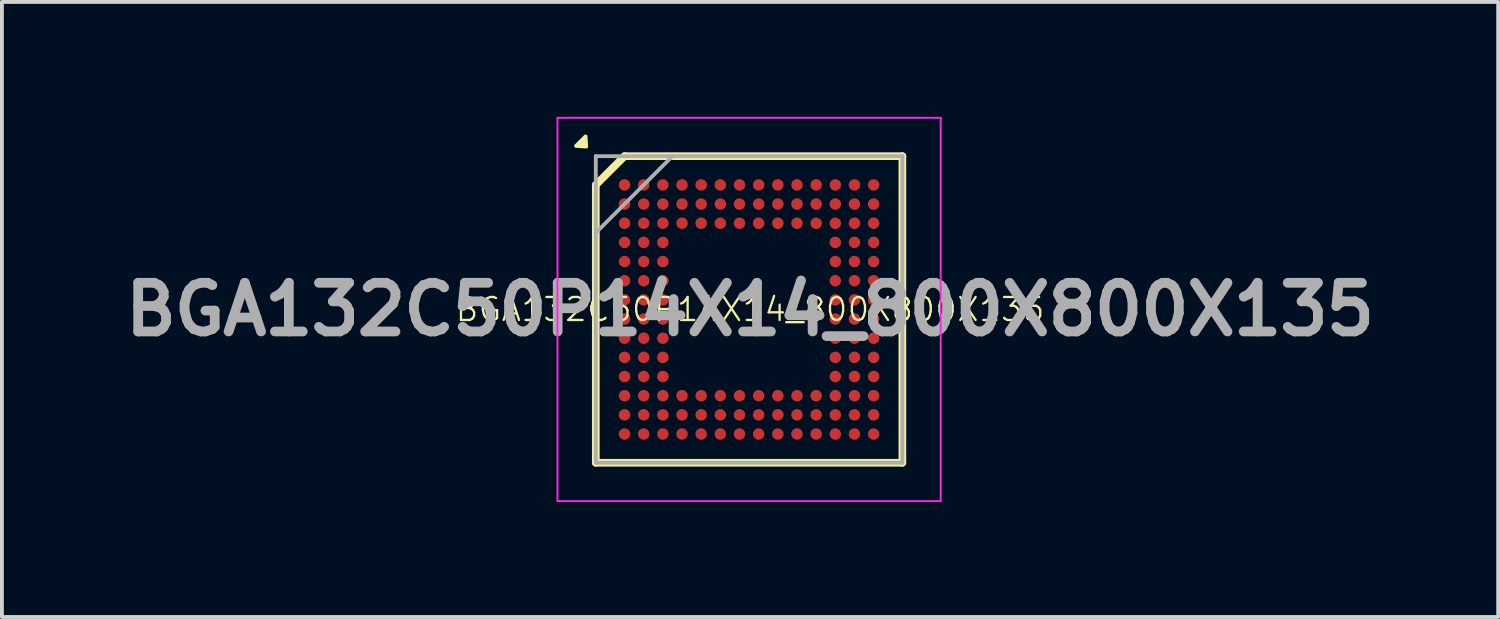
<source format=kicad_pcb>
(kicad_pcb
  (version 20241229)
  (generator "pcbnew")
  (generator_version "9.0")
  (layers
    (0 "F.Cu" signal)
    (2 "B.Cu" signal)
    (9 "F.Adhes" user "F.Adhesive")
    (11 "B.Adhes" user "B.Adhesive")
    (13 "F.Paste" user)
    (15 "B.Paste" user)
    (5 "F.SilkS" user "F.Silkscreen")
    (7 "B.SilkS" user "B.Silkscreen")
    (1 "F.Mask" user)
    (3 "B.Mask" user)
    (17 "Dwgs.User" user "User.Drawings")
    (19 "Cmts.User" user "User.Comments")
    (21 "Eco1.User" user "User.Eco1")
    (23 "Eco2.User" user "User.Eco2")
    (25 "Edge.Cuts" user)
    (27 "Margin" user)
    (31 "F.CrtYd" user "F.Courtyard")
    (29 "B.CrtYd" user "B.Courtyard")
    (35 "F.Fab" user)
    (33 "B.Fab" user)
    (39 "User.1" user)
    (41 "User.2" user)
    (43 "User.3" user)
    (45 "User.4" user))
  (footprint "BGA132C50P14X14_800X800X135"
    (layer "F.Cu")
    (at 16.522 5.025)
    (property "Reference" "BGA132C50P14X14_800X800X135" (at 0 0 0) (layer "F.SilkS") (effects (font (size 0.6 0.6) (thickness 0.06))))
    (attr smd)
    (fp_line (start -4.025 -3.25) (end -3.275 -4) (stroke (width 0.2) (type solid)) (layer "F.SilkS"))
    (fp_line (start -4.025 4) (end -4.025 -3.25) (stroke (width 0.2) (type solid)) (layer "F.SilkS"))
    (fp_line (start -3.275 -4) (end 3.975 -4) (stroke (width 0.2) (type solid)) (layer "F.SilkS"))
    (fp_line (start 3.975 -4) (end 3.975 4) (stroke (width 0.2) (type solid)) (layer "F.SilkS"))
    (fp_line (start 3.975 4) (end -4.025 4) (stroke (width 0.2) (type solid)) (layer "F.SilkS"))
    (fp_poly (pts (xy -4.275 -4.25) (xy -4.293 -4.515) (xy -4.54 -4.268)) (stroke (width 0.1) (type solid)) (fill yes) (layer "F.SilkS"))
    (fp_line (start -5.025 -5) (end 4.975 -5) (stroke (width 0.05) (type solid)) (layer "F.CrtYd"))
    (fp_line (start -5.025 5) (end -5.025 -5) (stroke (width 0.05) (type solid)) (layer "F.CrtYd"))
    (fp_line (start 4.975 -5) (end 4.975 5) (stroke (width 0.05) (type solid)) (layer "F.CrtYd"))
    (fp_line (start 4.975 5) (end -5.025 5) (stroke (width 0.05) (type solid)) (layer "F.CrtYd"))
    (fp_line (start -4.025 -4) (end 3.975 -4) (stroke (width 0.1) (type solid)) (layer "F.Fab"))
    (fp_line (start -4.025 -2) (end -2.025 -4) (stroke (width 0.1) (type solid)) (layer "F.Fab"))
    (fp_line (start -4.025 4) (end -4.025 -4) (stroke (width 0.1) (type solid)) (layer "F.Fab"))
    (fp_line (start 3.975 -4) (end 3.975 4) (stroke (width 0.1) (type solid)) (layer "F.Fab"))
    (fp_line (start 3.975 4) (end -4.025 4) (stroke (width 0.1) (type solid)) (layer "F.Fab"))
    (fp_text user "${REFERENCE}" (at 0 0 0) (layer "F.Fab") (effects (font (size 1.27 1.27) (thickness 0.254))))
    (pad "A1" smd circle (at -3.275 -3.25 90) (size 0.3 0.3) (layers "F.Cu" "F.Mask" "F.Paste"))
    (pad "A2" smd circle (at -2.775 -3.25 90) (size 0.3 0.3) (layers "F.Cu" "F.Mask" "F.Paste"))
    (pad "A3" smd circle (at -2.275 -3.25 90) (size 0.3 0.3) (layers "F.Cu" "F.Mask" "F.Paste"))
    (pad "A4" smd circle (at -1.775 -3.25 90) (size 0.3 0.3) (layers "F.Cu" "F.Mask" "F.Paste"))
    (pad "A5" smd circle (at -1.275 -3.25 90) (size 0.3 0.3) (layers "F.Cu" "F.Mask" "F.Paste"))
    (pad "A6" smd circle (at -0.775 -3.25 90) (size 0.3 0.3) (layers "F.Cu" "F.Mask" "F.Paste"))
    (pad "A7" smd circle (at -0.275 -3.25 90) (size 0.3 0.3) (layers "F.Cu" "F.Mask" "F.Paste"))
    (pad "A8" smd circle (at 0.225 -3.25 90) (size 0.3 0.3) (layers "F.Cu" "F.Mask" "F.Paste"))
    (pad "A9" smd circle (at 0.725 -3.25 90) (size 0.3 0.3) (layers "F.Cu" "F.Mask" "F.Paste"))
    (pad "A10" smd circle (at 1.225 -3.25 90) (size 0.3 0.3) (layers "F.Cu" "F.Mask" "F.Paste"))
    (pad "A11" smd circle (at 1.725 -3.25 90) (size 0.3 0.3) (layers "F.Cu" "F.Mask" "F.Paste"))
    (pad "A12" smd circle (at 2.225 -3.25 90) (size 0.3 0.3) (layers "F.Cu" "F.Mask" "F.Paste"))
    (pad "A13" smd circle (at 2.725 -3.25 90) (size 0.3 0.3) (layers "F.Cu" "F.Mask" "F.Paste"))
    (pad "A14" smd circle (at 3.225 -3.25 90) (size 0.3 0.3) (layers "F.Cu" "F.Mask" "F.Paste"))
    (pad "B1" smd circle (at -3.275 -2.75 90) (size 0.3 0.3) (layers "F.Cu" "F.Mask" "F.Paste"))
    (pad "B2" smd circle (at -2.775 -2.75 90) (size 0.3 0.3) (layers "F.Cu" "F.Mask" "F.Paste"))
    (pad "B3" smd circle (at -2.275 -2.75 90) (size 0.3 0.3) (layers "F.Cu" "F.Mask" "F.Paste"))
    (pad "B4" smd circle (at -1.775 -2.75 90) (size 0.3 0.3) (layers "F.Cu" "F.Mask" "F.Paste"))
    (pad "B5" smd circle (at -1.275 -2.75 90) (size 0.3 0.3) (layers "F.Cu" "F.Mask" "F.Paste"))
    (pad "B6" smd circle (at -0.775 -2.75 90) (size 0.3 0.3) (layers "F.Cu" "F.Mask" "F.Paste"))
    (pad "B7" smd circle (at -0.275 -2.75 90) (size 0.3 0.3) (layers "F.Cu" "F.Mask" "F.Paste"))
    (pad "B8" smd circle (at 0.225 -2.75 90) (size 0.3 0.3) (layers "F.Cu" "F.Mask" "F.Paste"))
    (pad "B9" smd circle (at 0.725 -2.75 90) (size 0.3 0.3) (layers "F.Cu" "F.Mask" "F.Paste"))
    (pad "B10" smd circle (at 1.225 -2.75 90) (size 0.3 0.3) (layers "F.Cu" "F.Mask" "F.Paste"))
    (pad "B11" smd circle (at 1.725 -2.75 90) (size 0.3 0.3) (layers "F.Cu" "F.Mask" "F.Paste"))
    (pad "B12" smd circle (at 2.225 -2.75 90) (size 0.3 0.3) (layers "F.Cu" "F.Mask" "F.Paste"))
    (pad "B13" smd circle (at 2.725 -2.75 90) (size 0.3 0.3) (layers "F.Cu" "F.Mask" "F.Paste"))
    (pad "B14" smd circle (at 3.225 -2.75 90) (size 0.3 0.3) (layers "F.Cu" "F.Mask" "F.Paste"))
    (pad "C1" smd circle (at -3.275 -2.25 90) (size 0.3 0.3) (layers "F.Cu" "F.Mask" "F.Paste"))
    (pad "C2" smd circle (at -2.775 -2.25 90) (size 0.3 0.3) (layers "F.Cu" "F.Mask" "F.Paste"))
    (pad "C3" smd circle (at -2.275 -2.25 90) (size 0.3 0.3) (layers "F.Cu" "F.Mask" "F.Paste"))
    (pad "C4" smd circle (at -1.775 -2.25 90) (size 0.3 0.3) (layers "F.Cu" "F.Mask" "F.Paste"))
    (pad "C5" smd circle (at -1.275 -2.25 90) (size 0.3 0.3) (layers "F.Cu" "F.Mask" "F.Paste"))
    (pad "C6" smd circle (at -0.775 -2.25 90) (size 0.3 0.3) (layers "F.Cu" "F.Mask" "F.Paste"))
    (pad "C7" smd circle (at -0.275 -2.25 90) (size 0.3 0.3) (layers "F.Cu" "F.Mask" "F.Paste"))
    (pad "C8" smd circle (at 0.225 -2.25 90) (size 0.3 0.3) (layers "F.Cu" "F.Mask" "F.Paste"))
    (pad "C9" smd circle (at 0.725 -2.25 90) (size 0.3 0.3) (layers "F.Cu" "F.Mask" "F.Paste"))
    (pad "C10" smd circle (at 1.225 -2.25 90) (size 0.3 0.3) (layers "F.Cu" "F.Mask" "F.Paste"))
    (pad "C11" smd circle (at 1.725 -2.25 90) (size 0.3 0.3) (layers "F.Cu" "F.Mask" "F.Paste"))
    (pad "C12" smd circle (at 2.225 -2.25 90) (size 0.3 0.3) (layers "F.Cu" "F.Mask" "F.Paste"))
    (pad "C13" smd circle (at 2.725 -2.25 90) (size 0.3 0.3) (layers "F.Cu" "F.Mask" "F.Paste"))
    (pad "C14" smd circle (at 3.225 -2.25 90) (size 0.3 0.3) (layers "F.Cu" "F.Mask" "F.Paste"))
    (pad "D1" smd circle (at -3.275 -1.75 90) (size 0.3 0.3) (layers "F.Cu" "F.Mask" "F.Paste"))
    (pad "D2" smd circle (at -2.775 -1.75 90) (size 0.3 0.3) (layers "F.Cu" "F.Mask" "F.Paste"))
    (pad "D3" smd circle (at -2.275 -1.75 90) (size 0.3 0.3) (layers "F.Cu" "F.Mask" "F.Paste"))
    (pad "D12" smd circle (at 2.225 -1.75 90) (size 0.3 0.3) (layers "F.Cu" "F.Mask" "F.Paste"))
    (pad "D13" smd circle (at 2.725 -1.75 90) (size 0.3 0.3) (layers "F.Cu" "F.Mask" "F.Paste"))
    (pad "D14" smd circle (at 3.225 -1.75 90) (size 0.3 0.3) (layers "F.Cu" "F.Mask" "F.Paste"))
    (pad "E1" smd circle (at -3.275 -1.25 90) (size 0.3 0.3) (layers "F.Cu" "F.Mask" "F.Paste"))
    (pad "E2" smd circle (at -2.775 -1.25 90) (size 0.3 0.3) (layers "F.Cu" "F.Mask" "F.Paste"))
    (pad "E3" smd circle (at -2.275 -1.25 90) (size 0.3 0.3) (layers "F.Cu" "F.Mask" "F.Paste"))
    (pad "E12" smd circle (at 2.225 -1.25 90) (size 0.3 0.3) (layers "F.Cu" "F.Mask" "F.Paste"))
    (pad "E13" smd circle (at 2.725 -1.25 90) (size 0.3 0.3) (layers "F.Cu" "F.Mask" "F.Paste"))
    (pad "E14" smd circle (at 3.225 -1.25 90) (size 0.3 0.3) (layers "F.Cu" "F.Mask" "F.Paste"))
    (pad "F1" smd circle (at -3.275 -0.75 90) (size 0.3 0.3) (layers "F.Cu" "F.Mask" "F.Paste"))
    (pad "F2" smd circle (at -2.775 -0.75 90) (size 0.3 0.3) (layers "F.Cu" "F.Mask" "F.Paste"))
    (pad "F3" smd circle (at -2.275 -0.75 90) (size 0.3 0.3) (layers "F.Cu" "F.Mask" "F.Paste"))
    (pad "F12" smd circle (at 2.225 -0.75 90) (size 0.3 0.3) (layers "F.Cu" "F.Mask" "F.Paste"))
    (pad "F13" smd circle (at 2.725 -0.75 90) (size 0.3 0.3) (layers "F.Cu" "F.Mask" "F.Paste"))
    (pad "F14" smd circle (at 3.225 -0.75 90) (size 0.3 0.3) (layers "F.Cu" "F.Mask" "F.Paste"))
    (pad "G1" smd circle (at -3.275 -0.25 90) (size 0.3 0.3) (layers "F.Cu" "F.Mask" "F.Paste"))
    (pad "G2" smd circle (at -2.775 -0.25 90) (size 0.3 0.3) (layers "F.Cu" "F.Mask" "F.Paste"))
    (pad "G3" smd circle (at -2.275 -0.25 90) (size 0.3 0.3) (layers "F.Cu" "F.Mask" "F.Paste"))
    (pad "G12" smd circle (at 2.225 -0.25 90) (size 0.3 0.3) (layers "F.Cu" "F.Mask" "F.Paste"))
    (pad "G13" smd circle (at 2.725 -0.25 90) (size 0.3 0.3) (layers "F.Cu" "F.Mask" "F.Paste"))
    (pad "G14" smd circle (at 3.225 -0.25 90) (size 0.3 0.3) (layers "F.Cu" "F.Mask" "F.Paste"))
    (pad "H1" smd circle (at -3.275 0.25 90) (size 0.3 0.3) (layers "F.Cu" "F.Mask" "F.Paste"))
    (pad "H2" smd circle (at -2.775 0.25 90) (size 0.3 0.3) (layers "F.Cu" "F.Mask" "F.Paste"))
    (pad "H3" smd circle (at -2.275 0.25 90) (size 0.3 0.3) (layers "F.Cu" "F.Mask" "F.Paste"))
    (pad "H12" smd circle (at 2.225 0.25 90) (size 0.3 0.3) (layers "F.Cu" "F.Mask" "F.Paste"))
    (pad "H13" smd circle (at 2.725 0.25 90) (size 0.3 0.3) (layers "F.Cu" "F.Mask" "F.Paste"))
    (pad "H14" smd circle (at 3.225 0.25 90) (size 0.3 0.3) (layers "F.Cu" "F.Mask" "F.Paste"))
    (pad "J1" smd circle (at -3.275 0.75 90) (size 0.3 0.3) (layers "F.Cu" "F.Mask" "F.Paste"))
    (pad "J2" smd circle (at -2.775 0.75 90) (size 0.3 0.3) (layers "F.Cu" "F.Mask" "F.Paste"))
    (pad "J3" smd circle (at -2.275 0.75 90) (size 0.3 0.3) (layers "F.Cu" "F.Mask" "F.Paste"))
    (pad "J12" smd circle (at 2.225 0.75 90) (size 0.3 0.3) (layers "F.Cu" "F.Mask" "F.Paste"))
    (pad "J13" smd circle (at 2.725 0.75 90) (size 0.3 0.3) (layers "F.Cu" "F.Mask" "F.Paste"))
    (pad "J14" smd circle (at 3.225 0.75 90) (size 0.3 0.3) (layers "F.Cu" "F.Mask" "F.Paste"))
    (pad "K1" smd circle (at -3.275 1.25 90) (size 0.3 0.3) (layers "F.Cu" "F.Mask" "F.Paste"))
    (pad "K2" smd circle (at -2.775 1.25 90) (size 0.3 0.3) (layers "F.Cu" "F.Mask" "F.Paste"))
    (pad "K3" smd circle (at -2.275 1.25 90) (size 0.3 0.3) (layers "F.Cu" "F.Mask" "F.Paste"))
    (pad "K12" smd circle (at 2.225 1.25 90) (size 0.3 0.3) (layers "F.Cu" "F.Mask" "F.Paste"))
    (pad "K13" smd circle (at 2.725 1.25 90) (size 0.3 0.3) (layers "F.Cu" "F.Mask" "F.Paste"))
    (pad "K14" smd circle (at 3.225 1.25 90) (size 0.3 0.3) (layers "F.Cu" "F.Mask" "F.Paste"))
    (pad "L1" smd circle (at -3.275 1.75 90) (size 0.3 0.3) (layers "F.Cu" "F.Mask" "F.Paste"))
    (pad "L2" smd circle (at -2.775 1.75 90) (size 0.3 0.3) (layers "F.Cu" "F.Mask" "F.Paste"))
    (pad "L3" smd circle (at -2.275 1.75 90) (size 0.3 0.3) (layers "F.Cu" "F.Mask" "F.Paste"))
    (pad "L12" smd circle (at 2.225 1.75 90) (size 0.3 0.3) (layers "F.Cu" "F.Mask" "F.Paste"))
    (pad "L13" smd circle (at 2.725 1.75 90) (size 0.3 0.3) (layers "F.Cu" "F.Mask" "F.Paste"))
    (pad "L14" smd circle (at 3.225 1.75 90) (size 0.3 0.3) (layers "F.Cu" "F.Mask" "F.Paste"))
    (pad "M1" smd circle (at -3.275 2.25 90) (size 0.3 0.3) (layers "F.Cu" "F.Mask" "F.Paste"))
    (pad "M2" smd circle (at -2.775 2.25 90) (size 0.3 0.3) (layers "F.Cu" "F.Mask" "F.Paste"))
    (pad "M3" smd circle (at -2.275 2.25 90) (size 0.3 0.3) (layers "F.Cu" "F.Mask" "F.Paste"))
    (pad "M4" smd circle (at -1.775 2.25 90) (size 0.3 0.3) (layers "F.Cu" "F.Mask" "F.Paste"))
    (pad "M5" smd circle (at -1.275 2.25 90) (size 0.3 0.3) (layers "F.Cu" "F.Mask" "F.Paste"))
    (pad "M6" smd circle (at -0.775 2.25 90) (size 0.3 0.3) (layers "F.Cu" "F.Mask" "F.Paste"))
    (pad "M7" smd circle (at -0.275 2.25 90) (size 0.3 0.3) (layers "F.Cu" "F.Mask" "F.Paste"))
    (pad "M8" smd circle (at 0.225 2.25 90) (size 0.3 0.3) (layers "F.Cu" "F.Mask" "F.Paste"))
    (pad "M9" smd circle (at 0.725 2.25 90) (size 0.3 0.3) (layers "F.Cu" "F.Mask" "F.Paste"))
    (pad "M10" smd circle (at 1.225 2.25 90) (size 0.3 0.3) (layers "F.Cu" "F.Mask" "F.Paste"))
    (pad "M11" smd circle (at 1.725 2.25 90) (size 0.3 0.3) (layers "F.Cu" "F.Mask" "F.Paste"))
    (pad "M12" smd circle (at 2.225 2.25 90) (size 0.3 0.3) (layers "F.Cu" "F.Mask" "F.Paste"))
    (pad "M13" smd circle (at 2.725 2.25 90) (size 0.3 0.3) (layers "F.Cu" "F.Mask" "F.Paste"))
    (pad "M14" smd circle (at 3.225 2.25 90) (size 0.3 0.3) (layers "F.Cu" "F.Mask" "F.Paste"))
    (pad "N1" smd circle (at -3.275 2.75 90) (size 0.3 0.3) (layers "F.Cu" "F.Mask" "F.Paste"))
    (pad "N2" smd circle (at -2.775 2.75 90) (size 0.3 0.3) (layers "F.Cu" "F.Mask" "F.Paste"))
    (pad "N3" smd circle (at -2.275 2.75 90) (size 0.3 0.3) (layers "F.Cu" "F.Mask" "F.Paste"))
    (pad "N4" smd circle (at -1.775 2.75 90) (size 0.3 0.3) (layers "F.Cu" "F.Mask" "F.Paste"))
    (pad "N5" smd circle (at -1.275 2.75 90) (size 0.3 0.3) (layers "F.Cu" "F.Mask" "F.Paste"))
    (pad "N6" smd circle (at -0.775 2.75 90) (size 0.3 0.3) (layers "F.Cu" "F.Mask" "F.Paste"))
    (pad "N7" smd circle (at -0.275 2.75 90) (size 0.3 0.3) (layers "F.Cu" "F.Mask" "F.Paste"))
    (pad "N8" smd circle (at 0.225 2.75 90) (size 0.3 0.3) (layers "F.Cu" "F.Mask" "F.Paste"))
    (pad "N9" smd circle (at 0.725 2.75 90) (size 0.3 0.3) (layers "F.Cu" "F.Mask" "F.Paste"))
    (pad "N10" smd circle (at 1.225 2.75 90) (size 0.3 0.3) (layers "F.Cu" "F.Mask" "F.Paste"))
    (pad "N11" smd circle (at 1.725 2.75 90) (size 0.3 0.3) (layers "F.Cu" "F.Mask" "F.Paste"))
    (pad "N12" smd circle (at 2.225 2.75 90) (size 0.3 0.3) (layers "F.Cu" "F.Mask" "F.Paste"))
    (pad "N13" smd circle (at 2.725 2.75 90) (size 0.3 0.3) (layers "F.Cu" "F.Mask" "F.Paste"))
    (pad "N14" smd circle (at 3.225 2.75 90) (size 0.3 0.3) (layers "F.Cu" "F.Mask" "F.Paste"))
    (pad "P1" smd circle (at -3.275 3.25 90) (size 0.3 0.3) (layers "F.Cu" "F.Mask" "F.Paste"))
    (pad "P2" smd circle (at -2.775 3.25 90) (size 0.3 0.3) (layers "F.Cu" "F.Mask" "F.Paste"))
    (pad "P3" smd circle (at -2.275 3.25 90) (size 0.3 0.3) (layers "F.Cu" "F.Mask" "F.Paste"))
    (pad "P4" smd circle (at -1.775 3.25 90) (size 0.3 0.3) (layers "F.Cu" "F.Mask" "F.Paste"))
    (pad "P5" smd circle (at -1.275 3.25 90) (size 0.3 0.3) (layers "F.Cu" "F.Mask" "F.Paste"))
    (pad "P6" smd circle (at -0.775 3.25 90) (size 0.3 0.3) (layers "F.Cu" "F.Mask" "F.Paste"))
    (pad "P7" smd circle (at -0.275 3.25 90) (size 0.3 0.3) (layers "F.Cu" "F.Mask" "F.Paste"))
    (pad "P8" smd circle (at 0.225 3.25 90) (size 0.3 0.3) (layers "F.Cu" "F.Mask" "F.Paste"))
    (pad "P9" smd circle (at 0.725 3.25 90) (size 0.3 0.3) (layers "F.Cu" "F.Mask" "F.Paste"))
    (pad "P10" smd circle (at 1.225 3.25 90) (size 0.3 0.3) (layers "F.Cu" "F.Mask" "F.Paste"))
    (pad "P11" smd circle (at 1.725 3.25 90) (size 0.3 0.3) (layers "F.Cu" "F.Mask" "F.Paste"))
    (pad "P12" smd circle (at 2.225 3.25 90) (size 0.3 0.3) (layers "F.Cu" "F.Mask" "F.Paste"))
    (pad "P13" smd circle (at 2.725 3.25 90) (size 0.3 0.3) (layers "F.Cu" "F.Mask" "F.Paste"))
    (pad "P14" smd circle (at 3.225 3.25 90) (size 0.3 0.3) (layers "F.Cu" "F.Mask" "F.Paste")))
  (gr_rect
    (start -3 -3)
    (end 36.044 13.05)
    (stroke (width 0.1) (type default))
    (fill no)
    (layer "Edge.Cuts")))
</source>
